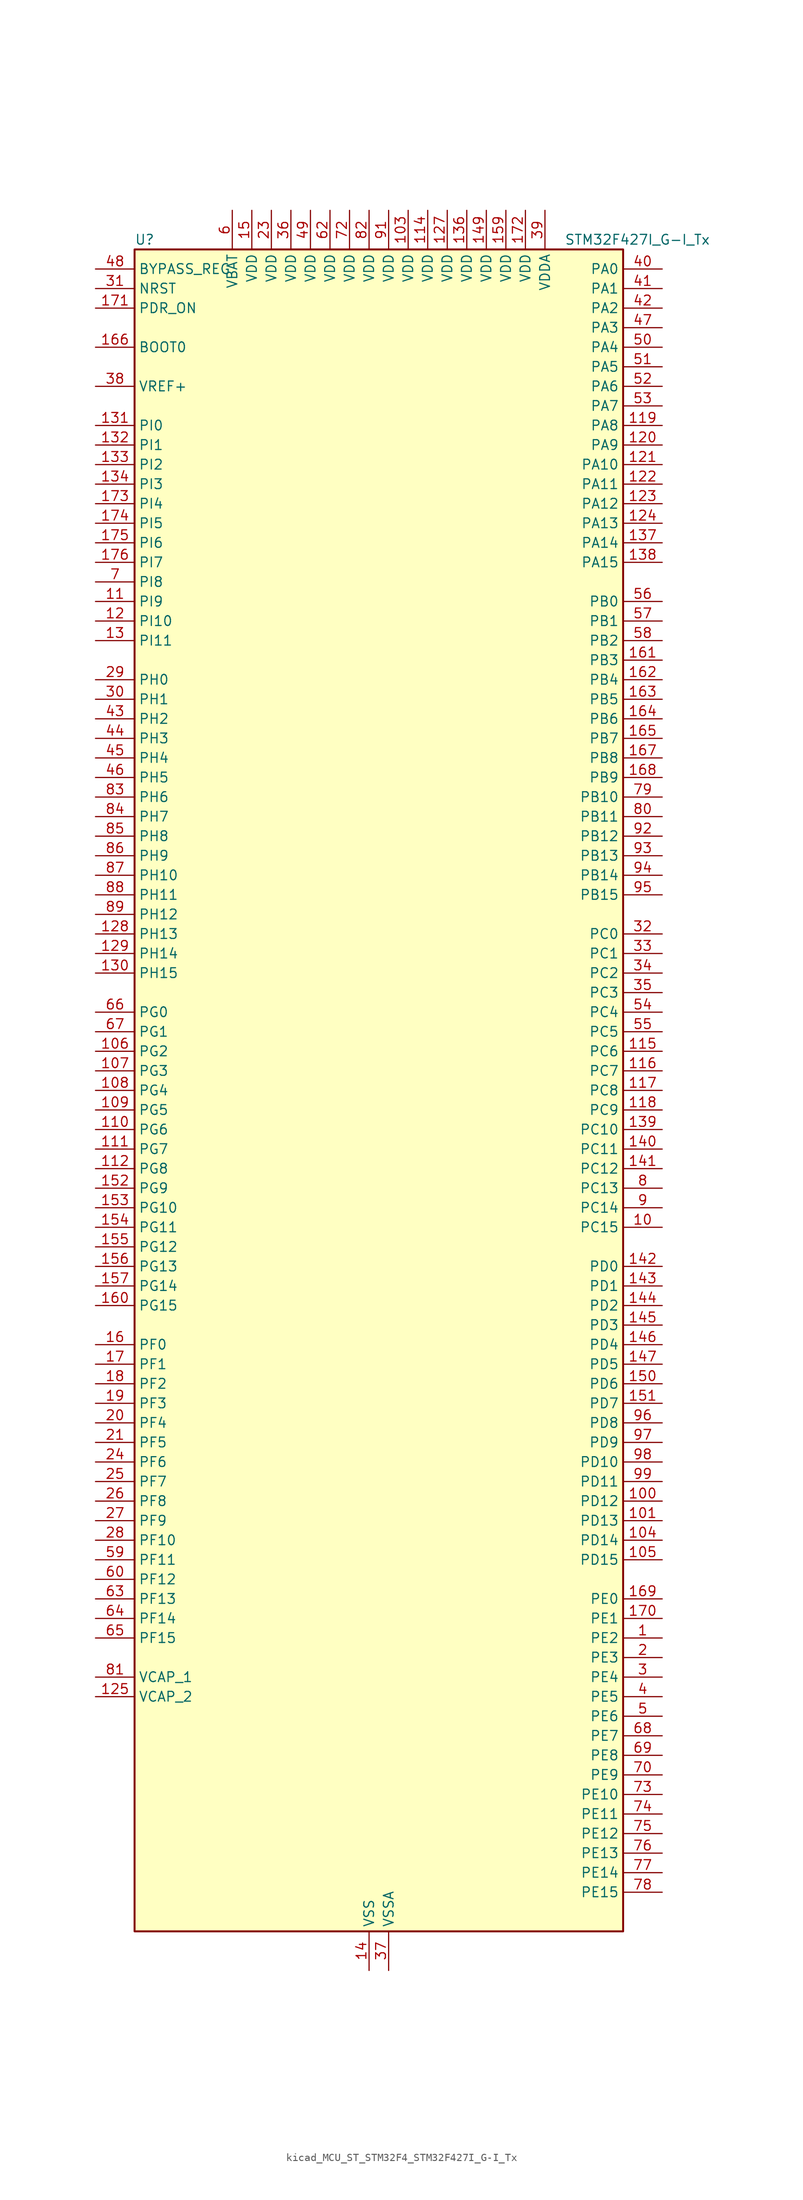
<source format=kicad_sym>
(kicad_symbol_lib
  (version 20220914)
  (generator kicad_symbol_editor)
  (symbol "kicad_MCU_ST_STM32F4_STM32F427I_G-I_Tx"
    (property "Reference" "U"
      (at -30.48 110.49 0)
      (effects (font (size 1.27 1.27)) (justify left)))
    (property "Value" "STM32F427I_G-I_Tx"
      (at 25.4 110.49 0)
      (effects (font (size 1.27 1.27)) (justify left)))
    (property "ki_locked" ""
      (at 0 0 0)
      (effects (font (size 1.27 1.27))))
    (symbol "kicad_MCU_ST_STM32F4_STM32F427I_G-I_Tx_0_1"
      (rectangle (start -30.48 -109.22) (end 33.02 109.22) (stroke (width 0.254) (type default)) (fill (type background))))
    (symbol "kicad_MCU_ST_STM32F4_STM32F427I_G-I_Tx_1_1"
      (pin bidirectional line (at 38.1 -71.12 180) (length 5.08) (name "PE2" (effects (font (size 1.27 1.27)))) (number "1" (effects (font (size 1.27 1.27)))) (alternate "ETH_TXD3" bidirectional line) (alternate "FMC_A23" bidirectional line) (alternate "SAI1_MCLK_A" bidirectional line) (alternate "SPI4_SCK" bidirectional line) (alternate "SYS_TRACECLK" bidirectional line))
      (pin bidirectional line (at 38.1 -17.78 180) (length 5.08) (name "PC15" (effects (font (size 1.27 1.27)))) (number "10" (effects (font (size 1.27 1.27)))) (alternate "ADC1_EXTI15" bidirectional line) (alternate "ADC2_EXTI15" bidirectional line) (alternate "ADC3_EXTI15" bidirectional line) (alternate "RCC_OSC32_OUT" bidirectional line))
      (pin bidirectional line (at 38.1 -53.34 180) (length 5.08) (name "PD12" (effects (font (size 1.27 1.27)))) (number "100" (effects (font (size 1.27 1.27)))) (alternate "FMC_A17" bidirectional line) (alternate "FMC_ALE" bidirectional line) (alternate "TIM4_CH1" bidirectional line) (alternate "USART3_RTS" bidirectional line))
      (pin bidirectional line (at 38.1 -55.88 180) (length 5.08) (name "PD13" (effects (font (size 1.27 1.27)))) (number "101" (effects (font (size 1.27 1.27)))) (alternate "FMC_A18" bidirectional line) (alternate "TIM4_CH2" bidirectional line))
      (pin passive line (at 0 -114.3 90) (length 5.08) hide (name "VSS" (effects (font (size 1.27 1.27)))) (number "102" (effects (font (size 1.27 1.27)))))
      (pin power_in line (at 5.08 114.3 270) (length 5.08) (name "VDD" (effects (font (size 1.27 1.27)))) (number "103" (effects (font (size 1.27 1.27)))))
      (pin bidirectional line (at 38.1 -58.42 180) (length 5.08) (name "PD14" (effects (font (size 1.27 1.27)))) (number "104" (effects (font (size 1.27 1.27)))) (alternate "FMC_D0" bidirectional line) (alternate "FMC_DA0" bidirectional line) (alternate "TIM4_CH3" bidirectional line))
      (pin bidirectional line (at 38.1 -60.96 180) (length 5.08) (name "PD15" (effects (font (size 1.27 1.27)))) (number "105" (effects (font (size 1.27 1.27)))) (alternate "ADC1_EXTI15" bidirectional line) (alternate "ADC2_EXTI15" bidirectional line) (alternate "ADC3_EXTI15" bidirectional line) (alternate "FMC_D1" bidirectional line) (alternate "FMC_DA1" bidirectional line) (alternate "TIM4_CH4" bidirectional line))
      (pin bidirectional line (at -35.56 5.08 0) (length 5.08) (name "PG2" (effects (font (size 1.27 1.27)))) (number "106" (effects (font (size 1.27 1.27)))) (alternate "FMC_A12" bidirectional line))
      (pin bidirectional line (at -35.56 2.54 0) (length 5.08) (name "PG3" (effects (font (size 1.27 1.27)))) (number "107" (effects (font (size 1.27 1.27)))) (alternate "FMC_A13" bidirectional line))
      (pin bidirectional line (at -35.56 0 0) (length 5.08) (name "PG4" (effects (font (size 1.27 1.27)))) (number "108" (effects (font (size 1.27 1.27)))) (alternate "FMC_A14" bidirectional line) (alternate "FMC_BA0" bidirectional line))
      (pin bidirectional line (at -35.56 -2.54 0) (length 5.08) (name "PG5" (effects (font (size 1.27 1.27)))) (number "109" (effects (font (size 1.27 1.27)))) (alternate "FMC_A15" bidirectional line) (alternate "FMC_BA1" bidirectional line))
      (pin bidirectional line (at -35.56 63.5 0) (length 5.08) (name "PI9" (effects (font (size 1.27 1.27)))) (number "11" (effects (font (size 1.27 1.27)))) (alternate "CAN1_RX" bidirectional line) (alternate "DAC_EXTI9" bidirectional line) (alternate "FMC_D30" bidirectional line))
      (pin bidirectional line (at -35.56 -5.08 0) (length 5.08) (name "PG6" (effects (font (size 1.27 1.27)))) (number "110" (effects (font (size 1.27 1.27)))) (alternate "DCMI_D12" bidirectional line) (alternate "FMC_INT2" bidirectional line))
      (pin bidirectional line (at -35.56 -7.62 0) (length 5.08) (name "PG7" (effects (font (size 1.27 1.27)))) (number "111" (effects (font (size 1.27 1.27)))) (alternate "DCMI_D13" bidirectional line) (alternate "FMC_INT3" bidirectional line) (alternate "USART6_CK" bidirectional line))
      (pin bidirectional line (at -35.56 -10.16 0) (length 5.08) (name "PG8" (effects (font (size 1.27 1.27)))) (number "112" (effects (font (size 1.27 1.27)))) (alternate "ETH_PPS_OUT" bidirectional line) (alternate "FMC_SDCLK" bidirectional line) (alternate "SPI6_NSS" bidirectional line) (alternate "USART6_RTS" bidirectional line))
      (pin passive line (at 0 -114.3 90) (length 5.08) hide (name "VSS" (effects (font (size 1.27 1.27)))) (number "113" (effects (font (size 1.27 1.27)))))
      (pin power_in line (at 7.62 114.3 270) (length 5.08) (name "VDD" (effects (font (size 1.27 1.27)))) (number "114" (effects (font (size 1.27 1.27)))))
      (pin bidirectional line (at 38.1 5.08 180) (length 5.08) (name "PC6" (effects (font (size 1.27 1.27)))) (number "115" (effects (font (size 1.27 1.27)))) (alternate "DCMI_D0" bidirectional line) (alternate "I2S2_MCK" bidirectional line) (alternate "SDIO_D6" bidirectional line) (alternate "TIM3_CH1" bidirectional line) (alternate "TIM8_CH1" bidirectional line) (alternate "USART6_TX" bidirectional line))
      (pin bidirectional line (at 38.1 2.54 180) (length 5.08) (name "PC7" (effects (font (size 1.27 1.27)))) (number "116" (effects (font (size 1.27 1.27)))) (alternate "DCMI_D1" bidirectional line) (alternate "I2S3_MCK" bidirectional line) (alternate "SDIO_D7" bidirectional line) (alternate "TIM3_CH2" bidirectional line) (alternate "TIM8_CH2" bidirectional line) (alternate "USART6_RX" bidirectional line))
      (pin bidirectional line (at 38.1 0 180) (length 5.08) (name "PC8" (effects (font (size 1.27 1.27)))) (number "117" (effects (font (size 1.27 1.27)))) (alternate "DCMI_D2" bidirectional line) (alternate "SDIO_D0" bidirectional line) (alternate "TIM3_CH3" bidirectional line) (alternate "TIM8_CH3" bidirectional line) (alternate "USART6_CK" bidirectional line))
      (pin bidirectional line (at 38.1 -2.54 180) (length 5.08) (name "PC9" (effects (font (size 1.27 1.27)))) (number "118" (effects (font (size 1.27 1.27)))) (alternate "DAC_EXTI9" bidirectional line) (alternate "DCMI_D3" bidirectional line) (alternate "I2C3_SDA" bidirectional line) (alternate "I2S_CKIN" bidirectional line) (alternate "RCC_MCO_2" bidirectional line) (alternate "SDIO_D1" bidirectional line) (alternate "TIM3_CH4" bidirectional line) (alternate "TIM8_CH4" bidirectional line))
      (pin bidirectional line (at 38.1 86.36 180) (length 5.08) (name "PA8" (effects (font (size 1.27 1.27)))) (number "119" (effects (font (size 1.27 1.27)))) (alternate "I2C3_SCL" bidirectional line) (alternate "RCC_MCO_1" bidirectional line) (alternate "TIM1_CH1" bidirectional line) (alternate "USART1_CK" bidirectional line) (alternate "USB_OTG_FS_SOF" bidirectional line))
      (pin bidirectional line (at -35.56 60.96 0) (length 5.08) (name "PI10" (effects (font (size 1.27 1.27)))) (number "12" (effects (font (size 1.27 1.27)))) (alternate "ETH_RX_ER" bidirectional line) (alternate "FMC_D31" bidirectional line))
      (pin bidirectional line (at 38.1 83.82 180) (length 5.08) (name "PA9" (effects (font (size 1.27 1.27)))) (number "120" (effects (font (size 1.27 1.27)))) (alternate "DAC_EXTI9" bidirectional line) (alternate "DCMI_D0" bidirectional line) (alternate "I2C3_SMBA" bidirectional line) (alternate "TIM1_CH2" bidirectional line) (alternate "USART1_TX" bidirectional line) (alternate "USB_OTG_FS_VBUS" bidirectional line))
      (pin bidirectional line (at 38.1 81.28 180) (length 5.08) (name "PA10" (effects (font (size 1.27 1.27)))) (number "121" (effects (font (size 1.27 1.27)))) (alternate "DCMI_D1" bidirectional line) (alternate "TIM1_CH3" bidirectional line) (alternate "USART1_RX" bidirectional line) (alternate "USB_OTG_FS_ID" bidirectional line))
      (pin bidirectional line (at 38.1 78.74 180) (length 5.08) (name "PA11" (effects (font (size 1.27 1.27)))) (number "122" (effects (font (size 1.27 1.27)))) (alternate "ADC1_EXTI11" bidirectional line) (alternate "ADC2_EXTI11" bidirectional line) (alternate "ADC3_EXTI11" bidirectional line) (alternate "CAN1_RX" bidirectional line) (alternate "TIM1_CH4" bidirectional line) (alternate "USART1_CTS" bidirectional line) (alternate "USB_OTG_FS_DM" bidirectional line))
      (pin bidirectional line (at 38.1 76.2 180) (length 5.08) (name "PA12" (effects (font (size 1.27 1.27)))) (number "123" (effects (font (size 1.27 1.27)))) (alternate "CAN1_TX" bidirectional line) (alternate "TIM1_ETR" bidirectional line) (alternate "USART1_RTS" bidirectional line) (alternate "USB_OTG_FS_DP" bidirectional line))
      (pin bidirectional line (at 38.1 73.66 180) (length 5.08) (name "PA13" (effects (font (size 1.27 1.27)))) (number "124" (effects (font (size 1.27 1.27)))) (alternate "SYS_JTMS-SWDIO" bidirectional line))
      (pin power_out line (at -35.56 -78.74 0) (length 5.08) (name "VCAP_2" (effects (font (size 1.27 1.27)))) (number "125" (effects (font (size 1.27 1.27)))))
      (pin passive line (at 0 -114.3 90) (length 5.08) hide (name "VSS" (effects (font (size 1.27 1.27)))) (number "126" (effects (font (size 1.27 1.27)))))
      (pin power_in line (at 10.16 114.3 270) (length 5.08) (name "VDD" (effects (font (size 1.27 1.27)))) (number "127" (effects (font (size 1.27 1.27)))))
      (pin bidirectional line (at -35.56 20.32 0) (length 5.08) (name "PH13" (effects (font (size 1.27 1.27)))) (number "128" (effects (font (size 1.27 1.27)))) (alternate "CAN1_TX" bidirectional line) (alternate "FMC_D21" bidirectional line) (alternate "TIM8_CH1N" bidirectional line))
      (pin bidirectional line (at -35.56 17.78 0) (length 5.08) (name "PH14" (effects (font (size 1.27 1.27)))) (number "129" (effects (font (size 1.27 1.27)))) (alternate "DCMI_D4" bidirectional line) (alternate "FMC_D22" bidirectional line) (alternate "TIM8_CH2N" bidirectional line))
      (pin bidirectional line (at -35.56 58.42 0) (length 5.08) (name "PI11" (effects (font (size 1.27 1.27)))) (number "13" (effects (font (size 1.27 1.27)))) (alternate "ADC1_EXTI11" bidirectional line) (alternate "ADC2_EXTI11" bidirectional line) (alternate "ADC3_EXTI11" bidirectional line) (alternate "USB_OTG_HS_ULPI_DIR" bidirectional line))
      (pin bidirectional line (at -35.56 15.24 0) (length 5.08) (name "PH15" (effects (font (size 1.27 1.27)))) (number "130" (effects (font (size 1.27 1.27)))) (alternate "ADC1_EXTI15" bidirectional line) (alternate "ADC2_EXTI15" bidirectional line) (alternate "ADC3_EXTI15" bidirectional line) (alternate "DCMI_D11" bidirectional line) (alternate "FMC_D23" bidirectional line) (alternate "TIM8_CH3N" bidirectional line))
      (pin bidirectional line (at -35.56 86.36 0) (length 5.08) (name "PI0" (effects (font (size 1.27 1.27)))) (number "131" (effects (font (size 1.27 1.27)))) (alternate "DCMI_D13" bidirectional line) (alternate "FMC_D24" bidirectional line) (alternate "I2S2_WS" bidirectional line) (alternate "SPI2_NSS" bidirectional line) (alternate "TIM5_CH4" bidirectional line))
      (pin bidirectional line (at -35.56 83.82 0) (length 5.08) (name "PI1" (effects (font (size 1.27 1.27)))) (number "132" (effects (font (size 1.27 1.27)))) (alternate "DCMI_D8" bidirectional line) (alternate "FMC_D25" bidirectional line) (alternate "I2S2_CK" bidirectional line) (alternate "SPI2_SCK" bidirectional line))
      (pin bidirectional line (at -35.56 81.28 0) (length 5.08) (name "PI2" (effects (font (size 1.27 1.27)))) (number "133" (effects (font (size 1.27 1.27)))) (alternate "DCMI_D9" bidirectional line) (alternate "FMC_D26" bidirectional line) (alternate "I2S2_ext_SD" bidirectional line) (alternate "SPI2_MISO" bidirectional line) (alternate "TIM8_CH4" bidirectional line))
      (pin bidirectional line (at -35.56 78.74 0) (length 5.08) (name "PI3" (effects (font (size 1.27 1.27)))) (number "134" (effects (font (size 1.27 1.27)))) (alternate "DCMI_D10" bidirectional line) (alternate "FMC_D27" bidirectional line) (alternate "I2S2_SD" bidirectional line) (alternate "SPI2_MOSI" bidirectional line) (alternate "TIM8_ETR" bidirectional line))
      (pin passive line (at 0 -114.3 90) (length 5.08) hide (name "VSS" (effects (font (size 1.27 1.27)))) (number "135" (effects (font (size 1.27 1.27)))))
      (pin power_in line (at 12.7 114.3 270) (length 5.08) (name "VDD" (effects (font (size 1.27 1.27)))) (number "136" (effects (font (size 1.27 1.27)))))
      (pin bidirectional line (at 38.1 71.12 180) (length 5.08) (name "PA14" (effects (font (size 1.27 1.27)))) (number "137" (effects (font (size 1.27 1.27)))) (alternate "SYS_JTCK-SWCLK" bidirectional line))
      (pin bidirectional line (at 38.1 68.58 180) (length 5.08) (name "PA15" (effects (font (size 1.27 1.27)))) (number "138" (effects (font (size 1.27 1.27)))) (alternate "ADC1_EXTI15" bidirectional line) (alternate "ADC2_EXTI15" bidirectional line) (alternate "ADC3_EXTI15" bidirectional line) (alternate "I2S3_WS" bidirectional line) (alternate "SPI1_NSS" bidirectional line) (alternate "SPI3_NSS" bidirectional line) (alternate "SYS_JTDI" bidirectional line) (alternate "TIM2_CH1" bidirectional line) (alternate "TIM2_ETR" bidirectional line))
      (pin bidirectional line (at 38.1 -5.08 180) (length 5.08) (name "PC10" (effects (font (size 1.27 1.27)))) (number "139" (effects (font (size 1.27 1.27)))) (alternate "DCMI_D8" bidirectional line) (alternate "I2S3_CK" bidirectional line) (alternate "SDIO_D2" bidirectional line) (alternate "SPI3_SCK" bidirectional line) (alternate "UART4_TX" bidirectional line) (alternate "USART3_TX" bidirectional line))
      (pin power_in line (at 0 -114.3 90) (length 5.08) (name "VSS" (effects (font (size 1.27 1.27)))) (number "14" (effects (font (size 1.27 1.27)))))
      (pin bidirectional line (at 38.1 -7.62 180) (length 5.08) (name "PC11" (effects (font (size 1.27 1.27)))) (number "140" (effects (font (size 1.27 1.27)))) (alternate "ADC1_EXTI11" bidirectional line) (alternate "ADC2_EXTI11" bidirectional line) (alternate "ADC3_EXTI11" bidirectional line) (alternate "DCMI_D4" bidirectional line) (alternate "I2S3_ext_SD" bidirectional line) (alternate "SDIO_D3" bidirectional line) (alternate "SPI3_MISO" bidirectional line) (alternate "UART4_RX" bidirectional line) (alternate "USART3_RX" bidirectional line))
      (pin bidirectional line (at 38.1 -10.16 180) (length 5.08) (name "PC12" (effects (font (size 1.27 1.27)))) (number "141" (effects (font (size 1.27 1.27)))) (alternate "DCMI_D9" bidirectional line) (alternate "I2S3_SD" bidirectional line) (alternate "SDIO_CK" bidirectional line) (alternate "SPI3_MOSI" bidirectional line) (alternate "UART5_TX" bidirectional line) (alternate "USART3_CK" bidirectional line))
      (pin bidirectional line (at 38.1 -22.86 180) (length 5.08) (name "PD0" (effects (font (size 1.27 1.27)))) (number "142" (effects (font (size 1.27 1.27)))) (alternate "CAN1_RX" bidirectional line) (alternate "FMC_D2" bidirectional line) (alternate "FMC_DA2" bidirectional line))
      (pin bidirectional line (at 38.1 -25.4 180) (length 5.08) (name "PD1" (effects (font (size 1.27 1.27)))) (number "143" (effects (font (size 1.27 1.27)))) (alternate "CAN1_TX" bidirectional line) (alternate "FMC_D3" bidirectional line) (alternate "FMC_DA3" bidirectional line))
      (pin bidirectional line (at 38.1 -27.94 180) (length 5.08) (name "PD2" (effects (font (size 1.27 1.27)))) (number "144" (effects (font (size 1.27 1.27)))) (alternate "DCMI_D11" bidirectional line) (alternate "SDIO_CMD" bidirectional line) (alternate "TIM3_ETR" bidirectional line) (alternate "UART5_RX" bidirectional line))
      (pin bidirectional line (at 38.1 -30.48 180) (length 5.08) (name "PD3" (effects (font (size 1.27 1.27)))) (number "145" (effects (font (size 1.27 1.27)))) (alternate "DCMI_D5" bidirectional line) (alternate "FMC_CLK" bidirectional line) (alternate "I2S2_CK" bidirectional line) (alternate "SPI2_SCK" bidirectional line) (alternate "USART2_CTS" bidirectional line))
      (pin bidirectional line (at 38.1 -33.02 180) (length 5.08) (name "PD4" (effects (font (size 1.27 1.27)))) (number "146" (effects (font (size 1.27 1.27)))) (alternate "FMC_NOE" bidirectional line) (alternate "USART2_RTS" bidirectional line))
      (pin bidirectional line (at 38.1 -35.56 180) (length 5.08) (name "PD5" (effects (font (size 1.27 1.27)))) (number "147" (effects (font (size 1.27 1.27)))) (alternate "FMC_NWE" bidirectional line) (alternate "USART2_TX" bidirectional line))
      (pin passive line (at 0 -114.3 90) (length 5.08) hide (name "VSS" (effects (font (size 1.27 1.27)))) (number "148" (effects (font (size 1.27 1.27)))))
      (pin power_in line (at 15.24 114.3 270) (length 5.08) (name "VDD" (effects (font (size 1.27 1.27)))) (number "149" (effects (font (size 1.27 1.27)))))
      (pin power_in line (at -15.24 114.3 270) (length 5.08) (name "VDD" (effects (font (size 1.27 1.27)))) (number "15" (effects (font (size 1.27 1.27)))))
      (pin bidirectional line (at 38.1 -38.1 180) (length 5.08) (name "PD6" (effects (font (size 1.27 1.27)))) (number "150" (effects (font (size 1.27 1.27)))) (alternate "DCMI_D10" bidirectional line) (alternate "FMC_NWAIT" bidirectional line) (alternate "I2S3_SD" bidirectional line) (alternate "SAI1_SD_A" bidirectional line) (alternate "SPI3_MOSI" bidirectional line) (alternate "USART2_RX" bidirectional line))
      (pin bidirectional line (at 38.1 -40.64 180) (length 5.08) (name "PD7" (effects (font (size 1.27 1.27)))) (number "151" (effects (font (size 1.27 1.27)))) (alternate "FMC_NCE2" bidirectional line) (alternate "FMC_NE1" bidirectional line) (alternate "USART2_CK" bidirectional line))
      (pin bidirectional line (at -35.56 -12.7 0) (length 5.08) (name "PG9" (effects (font (size 1.27 1.27)))) (number "152" (effects (font (size 1.27 1.27)))) (alternate "DAC_EXTI9" bidirectional line) (alternate "DCMI_VSYNC" bidirectional line) (alternate "FMC_NCE3" bidirectional line) (alternate "FMC_NE2" bidirectional line) (alternate "USART6_RX" bidirectional line))
      (pin bidirectional line (at -35.56 -15.24 0) (length 5.08) (name "PG10" (effects (font (size 1.27 1.27)))) (number "153" (effects (font (size 1.27 1.27)))) (alternate "DCMI_D2" bidirectional line) (alternate "FMC_NCE4_1" bidirectional line) (alternate "FMC_NE3" bidirectional line))
      (pin bidirectional line (at -35.56 -17.78 0) (length 5.08) (name "PG11" (effects (font (size 1.27 1.27)))) (number "154" (effects (font (size 1.27 1.27)))) (alternate "ADC1_EXTI11" bidirectional line) (alternate "ADC2_EXTI11" bidirectional line) (alternate "ADC3_EXTI11" bidirectional line) (alternate "DCMI_D3" bidirectional line) (alternate "ETH_TX_EN" bidirectional line) (alternate "FMC_NCE4_2" bidirectional line))
      (pin bidirectional line (at -35.56 -20.32 0) (length 5.08) (name "PG12" (effects (font (size 1.27 1.27)))) (number "155" (effects (font (size 1.27 1.27)))) (alternate "FMC_NE4" bidirectional line) (alternate "SPI6_MISO" bidirectional line) (alternate "USART6_RTS" bidirectional line))
      (pin bidirectional line (at -35.56 -22.86 0) (length 5.08) (name "PG13" (effects (font (size 1.27 1.27)))) (number "156" (effects (font (size 1.27 1.27)))) (alternate "ETH_TXD0" bidirectional line) (alternate "FMC_A24" bidirectional line) (alternate "SPI6_SCK" bidirectional line) (alternate "USART6_CTS" bidirectional line))
      (pin bidirectional line (at -35.56 -25.4 0) (length 5.08) (name "PG14" (effects (font (size 1.27 1.27)))) (number "157" (effects (font (size 1.27 1.27)))) (alternate "ETH_TXD1" bidirectional line) (alternate "FMC_A25" bidirectional line) (alternate "SPI6_MOSI" bidirectional line) (alternate "USART6_TX" bidirectional line))
      (pin passive line (at 0 -114.3 90) (length 5.08) hide (name "VSS" (effects (font (size 1.27 1.27)))) (number "158" (effects (font (size 1.27 1.27)))))
      (pin power_in line (at 17.78 114.3 270) (length 5.08) (name "VDD" (effects (font (size 1.27 1.27)))) (number "159" (effects (font (size 1.27 1.27)))))
      (pin bidirectional line (at -35.56 -33.02 0) (length 5.08) (name "PF0" (effects (font (size 1.27 1.27)))) (number "16" (effects (font (size 1.27 1.27)))) (alternate "FMC_A0" bidirectional line) (alternate "I2C2_SDA" bidirectional line))
      (pin bidirectional line (at -35.56 -27.94 0) (length 5.08) (name "PG15" (effects (font (size 1.27 1.27)))) (number "160" (effects (font (size 1.27 1.27)))) (alternate "ADC1_EXTI15" bidirectional line) (alternate "ADC2_EXTI15" bidirectional line) (alternate "ADC3_EXTI15" bidirectional line) (alternate "DCMI_D13" bidirectional line) (alternate "FMC_SDNCAS" bidirectional line) (alternate "USART6_CTS" bidirectional line))
      (pin bidirectional line (at 38.1 55.88 180) (length 5.08) (name "PB3" (effects (font (size 1.27 1.27)))) (number "161" (effects (font (size 1.27 1.27)))) (alternate "I2S3_CK" bidirectional line) (alternate "SPI1_SCK" bidirectional line) (alternate "SPI3_SCK" bidirectional line) (alternate "SYS_JTDO-SWO" bidirectional line) (alternate "TIM2_CH2" bidirectional line))
      (pin bidirectional line (at 38.1 53.34 180) (length 5.08) (name "PB4" (effects (font (size 1.27 1.27)))) (number "162" (effects (font (size 1.27 1.27)))) (alternate "I2S3_ext_SD" bidirectional line) (alternate "SPI1_MISO" bidirectional line) (alternate "SPI3_MISO" bidirectional line) (alternate "SYS_JTRST" bidirectional line) (alternate "TIM3_CH1" bidirectional line))
      (pin bidirectional line (at 38.1 50.8 180) (length 5.08) (name "PB5" (effects (font (size 1.27 1.27)))) (number "163" (effects (font (size 1.27 1.27)))) (alternate "CAN2_RX" bidirectional line) (alternate "DCMI_D10" bidirectional line) (alternate "ETH_PPS_OUT" bidirectional line) (alternate "FMC_SDCKE1" bidirectional line) (alternate "I2C1_SMBA" bidirectional line) (alternate "I2S3_SD" bidirectional line) (alternate "SPI1_MOSI" bidirectional line) (alternate "SPI3_MOSI" bidirectional line) (alternate "TIM3_CH2" bidirectional line) (alternate "USB_OTG_HS_ULPI_D7" bidirectional line))
      (pin bidirectional line (at 38.1 48.26 180) (length 5.08) (name "PB6" (effects (font (size 1.27 1.27)))) (number "164" (effects (font (size 1.27 1.27)))) (alternate "CAN2_TX" bidirectional line) (alternate "DCMI_D5" bidirectional line) (alternate "FMC_SDNE1" bidirectional line) (alternate "I2C1_SCL" bidirectional line) (alternate "TIM4_CH1" bidirectional line) (alternate "USART1_TX" bidirectional line))
      (pin bidirectional line (at 38.1 45.72 180) (length 5.08) (name "PB7" (effects (font (size 1.27 1.27)))) (number "165" (effects (font (size 1.27 1.27)))) (alternate "DCMI_VSYNC" bidirectional line) (alternate "FMC_NL" bidirectional line) (alternate "I2C1_SDA" bidirectional line) (alternate "TIM4_CH2" bidirectional line) (alternate "USART1_RX" bidirectional line))
      (pin input line (at -35.56 96.52 0) (length 5.08) (name "BOOT0" (effects (font (size 1.27 1.27)))) (number "166" (effects (font (size 1.27 1.27)))))
      (pin bidirectional line (at 38.1 43.18 180) (length 5.08) (name "PB8" (effects (font (size 1.27 1.27)))) (number "167" (effects (font (size 1.27 1.27)))) (alternate "CAN1_RX" bidirectional line) (alternate "DCMI_D6" bidirectional line) (alternate "ETH_TXD3" bidirectional line) (alternate "I2C1_SCL" bidirectional line) (alternate "SDIO_D4" bidirectional line) (alternate "TIM10_CH1" bidirectional line) (alternate "TIM4_CH3" bidirectional line))
      (pin bidirectional line (at 38.1 40.64 180) (length 5.08) (name "PB9" (effects (font (size 1.27 1.27)))) (number "168" (effects (font (size 1.27 1.27)))) (alternate "CAN1_TX" bidirectional line) (alternate "DAC_EXTI9" bidirectional line) (alternate "DCMI_D7" bidirectional line) (alternate "I2C1_SDA" bidirectional line) (alternate "I2S2_WS" bidirectional line) (alternate "SDIO_D5" bidirectional line) (alternate "SPI2_NSS" bidirectional line) (alternate "TIM11_CH1" bidirectional line) (alternate "TIM4_CH4" bidirectional line))
      (pin bidirectional line (at 38.1 -66.04 180) (length 5.08) (name "PE0" (effects (font (size 1.27 1.27)))) (number "169" (effects (font (size 1.27 1.27)))) (alternate "DCMI_D2" bidirectional line) (alternate "FMC_NBL0" bidirectional line) (alternate "TIM4_ETR" bidirectional line) (alternate "UART8_RX" bidirectional line))
      (pin bidirectional line (at -35.56 -35.56 0) (length 5.08) (name "PF1" (effects (font (size 1.27 1.27)))) (number "17" (effects (font (size 1.27 1.27)))) (alternate "FMC_A1" bidirectional line) (alternate "I2C2_SCL" bidirectional line))
      (pin bidirectional line (at 38.1 -68.58 180) (length 5.08) (name "PE1" (effects (font (size 1.27 1.27)))) (number "170" (effects (font (size 1.27 1.27)))) (alternate "DCMI_D3" bidirectional line) (alternate "FMC_NBL1" bidirectional line) (alternate "UART8_TX" bidirectional line))
      (pin input line (at -35.56 101.6 0) (length 5.08) (name "PDR_ON" (effects (font (size 1.27 1.27)))) (number "171" (effects (font (size 1.27 1.27)))))
      (pin power_in line (at 20.32 114.3 270) (length 5.08) (name "VDD" (effects (font (size 1.27 1.27)))) (number "172" (effects (font (size 1.27 1.27)))))
      (pin bidirectional line (at -35.56 76.2 0) (length 5.08) (name "PI4" (effects (font (size 1.27 1.27)))) (number "173" (effects (font (size 1.27 1.27)))) (alternate "DCMI_D5" bidirectional line) (alternate "FMC_NBL2" bidirectional line) (alternate "TIM8_BKIN" bidirectional line))
      (pin bidirectional line (at -35.56 73.66 0) (length 5.08) (name "PI5" (effects (font (size 1.27 1.27)))) (number "174" (effects (font (size 1.27 1.27)))) (alternate "DCMI_VSYNC" bidirectional line) (alternate "FMC_NBL3" bidirectional line) (alternate "TIM8_CH1" bidirectional line))
      (pin bidirectional line (at -35.56 71.12 0) (length 5.08) (name "PI6" (effects (font (size 1.27 1.27)))) (number "175" (effects (font (size 1.27 1.27)))) (alternate "DCMI_D6" bidirectional line) (alternate "FMC_D28" bidirectional line) (alternate "TIM8_CH2" bidirectional line))
      (pin bidirectional line (at -35.56 68.58 0) (length 5.08) (name "PI7" (effects (font (size 1.27 1.27)))) (number "176" (effects (font (size 1.27 1.27)))) (alternate "DCMI_D7" bidirectional line) (alternate "FMC_D29" bidirectional line) (alternate "TIM8_CH3" bidirectional line))
      (pin bidirectional line (at -35.56 -38.1 0) (length 5.08) (name "PF2" (effects (font (size 1.27 1.27)))) (number "18" (effects (font (size 1.27 1.27)))) (alternate "FMC_A2" bidirectional line) (alternate "I2C2_SMBA" bidirectional line))
      (pin bidirectional line (at -35.56 -40.64 0) (length 5.08) (name "PF3" (effects (font (size 1.27 1.27)))) (number "19" (effects (font (size 1.27 1.27)))) (alternate "ADC3_IN9" bidirectional line) (alternate "FMC_A3" bidirectional line))
      (pin bidirectional line (at 38.1 -73.66 180) (length 5.08) (name "PE3" (effects (font (size 1.27 1.27)))) (number "2" (effects (font (size 1.27 1.27)))) (alternate "FMC_A19" bidirectional line) (alternate "SAI1_SD_B" bidirectional line) (alternate "SYS_TRACED0" bidirectional line))
      (pin bidirectional line (at -35.56 -43.18 0) (length 5.08) (name "PF4" (effects (font (size 1.27 1.27)))) (number "20" (effects (font (size 1.27 1.27)))) (alternate "ADC3_IN14" bidirectional line) (alternate "FMC_A4" bidirectional line))
      (pin bidirectional line (at -35.56 -45.72 0) (length 5.08) (name "PF5" (effects (font (size 1.27 1.27)))) (number "21" (effects (font (size 1.27 1.27)))) (alternate "ADC3_IN15" bidirectional line) (alternate "FMC_A5" bidirectional line))
      (pin passive line (at 0 -114.3 90) (length 5.08) hide (name "VSS" (effects (font (size 1.27 1.27)))) (number "22" (effects (font (size 1.27 1.27)))))
      (pin power_in line (at -12.7 114.3 270) (length 5.08) (name "VDD" (effects (font (size 1.27 1.27)))) (number "23" (effects (font (size 1.27 1.27)))))
      (pin bidirectional line (at -35.56 -48.26 0) (length 5.08) (name "PF6" (effects (font (size 1.27 1.27)))) (number "24" (effects (font (size 1.27 1.27)))) (alternate "ADC3_IN4" bidirectional line) (alternate "FMC_NIORD" bidirectional line) (alternate "SAI1_SD_B" bidirectional line) (alternate "SPI5_NSS" bidirectional line) (alternate "TIM10_CH1" bidirectional line) (alternate "UART7_RX" bidirectional line))
      (pin bidirectional line (at -35.56 -50.8 0) (length 5.08) (name "PF7" (effects (font (size 1.27 1.27)))) (number "25" (effects (font (size 1.27 1.27)))) (alternate "ADC3_IN5" bidirectional line) (alternate "FMC_NREG" bidirectional line) (alternate "SAI1_MCLK_B" bidirectional line) (alternate "SPI5_SCK" bidirectional line) (alternate "TIM11_CH1" bidirectional line) (alternate "UART7_TX" bidirectional line))
      (pin bidirectional line (at -35.56 -53.34 0) (length 5.08) (name "PF8" (effects (font (size 1.27 1.27)))) (number "26" (effects (font (size 1.27 1.27)))) (alternate "ADC3_IN6" bidirectional line) (alternate "FMC_NIOWR" bidirectional line) (alternate "SAI1_SCK_B" bidirectional line) (alternate "SPI5_MISO" bidirectional line) (alternate "TIM13_CH1" bidirectional line))
      (pin bidirectional line (at -35.56 -55.88 0) (length 5.08) (name "PF9" (effects (font (size 1.27 1.27)))) (number "27" (effects (font (size 1.27 1.27)))) (alternate "ADC3_IN7" bidirectional line) (alternate "DAC_EXTI9" bidirectional line) (alternate "FMC_CD" bidirectional line) (alternate "SAI1_FS_B" bidirectional line) (alternate "SPI5_MOSI" bidirectional line) (alternate "TIM14_CH1" bidirectional line))
      (pin bidirectional line (at -35.56 -58.42 0) (length 5.08) (name "PF10" (effects (font (size 1.27 1.27)))) (number "28" (effects (font (size 1.27 1.27)))) (alternate "ADC3_IN8" bidirectional line) (alternate "DCMI_D11" bidirectional line) (alternate "FMC_INTR" bidirectional line))
      (pin bidirectional line (at -35.56 53.34 0) (length 5.08) (name "PH0" (effects (font (size 1.27 1.27)))) (number "29" (effects (font (size 1.27 1.27)))) (alternate "RCC_OSC_IN" bidirectional line))
      (pin bidirectional line (at 38.1 -76.2 180) (length 5.08) (name "PE4" (effects (font (size 1.27 1.27)))) (number "3" (effects (font (size 1.27 1.27)))) (alternate "DCMI_D4" bidirectional line) (alternate "FMC_A20" bidirectional line) (alternate "SAI1_FS_A" bidirectional line) (alternate "SPI4_NSS" bidirectional line) (alternate "SYS_TRACED1" bidirectional line))
      (pin bidirectional line (at -35.56 50.8 0) (length 5.08) (name "PH1" (effects (font (size 1.27 1.27)))) (number "30" (effects (font (size 1.27 1.27)))) (alternate "RCC_OSC_OUT" bidirectional line))
      (pin input line (at -35.56 104.14 0) (length 5.08) (name "NRST" (effects (font (size 1.27 1.27)))) (number "31" (effects (font (size 1.27 1.27)))))
      (pin bidirectional line (at 38.1 20.32 180) (length 5.08) (name "PC0" (effects (font (size 1.27 1.27)))) (number "32" (effects (font (size 1.27 1.27)))) (alternate "ADC1_IN10" bidirectional line) (alternate "ADC2_IN10" bidirectional line) (alternate "ADC3_IN10" bidirectional line) (alternate "FMC_SDNWE" bidirectional line) (alternate "USB_OTG_HS_ULPI_STP" bidirectional line))
      (pin bidirectional line (at 38.1 17.78 180) (length 5.08) (name "PC1" (effects (font (size 1.27 1.27)))) (number "33" (effects (font (size 1.27 1.27)))) (alternate "ADC1_IN11" bidirectional line) (alternate "ADC2_IN11" bidirectional line) (alternate "ADC3_IN11" bidirectional line) (alternate "ETH_MDC" bidirectional line))
      (pin bidirectional line (at 38.1 15.24 180) (length 5.08) (name "PC2" (effects (font (size 1.27 1.27)))) (number "34" (effects (font (size 1.27 1.27)))) (alternate "ADC1_IN12" bidirectional line) (alternate "ADC2_IN12" bidirectional line) (alternate "ADC3_IN12" bidirectional line) (alternate "ETH_TXD2" bidirectional line) (alternate "FMC_SDNE0" bidirectional line) (alternate "I2S2_ext_SD" bidirectional line) (alternate "SPI2_MISO" bidirectional line) (alternate "USB_OTG_HS_ULPI_DIR" bidirectional line))
      (pin bidirectional line (at 38.1 12.7 180) (length 5.08) (name "PC3" (effects (font (size 1.27 1.27)))) (number "35" (effects (font (size 1.27 1.27)))) (alternate "ADC1_IN13" bidirectional line) (alternate "ADC2_IN13" bidirectional line) (alternate "ADC3_IN13" bidirectional line) (alternate "ETH_TX_CLK" bidirectional line) (alternate "FMC_SDCKE0" bidirectional line) (alternate "I2S2_SD" bidirectional line) (alternate "SPI2_MOSI" bidirectional line) (alternate "USB_OTG_HS_ULPI_NXT" bidirectional line))
      (pin power_in line (at -10.16 114.3 270) (length 5.08) (name "VDD" (effects (font (size 1.27 1.27)))) (number "36" (effects (font (size 1.27 1.27)))))
      (pin power_in line (at 2.54 -114.3 90) (length 5.08) (name "VSSA" (effects (font (size 1.27 1.27)))) (number "37" (effects (font (size 1.27 1.27)))))
      (pin input line (at -35.56 91.44 0) (length 5.08) (name "VREF+" (effects (font (size 1.27 1.27)))) (number "38" (effects (font (size 1.27 1.27)))))
      (pin power_in line (at 22.86 114.3 270) (length 5.08) (name "VDDA" (effects (font (size 1.27 1.27)))) (number "39" (effects (font (size 1.27 1.27)))))
      (pin bidirectional line (at 38.1 -78.74 180) (length 5.08) (name "PE5" (effects (font (size 1.27 1.27)))) (number "4" (effects (font (size 1.27 1.27)))) (alternate "DCMI_D6" bidirectional line) (alternate "FMC_A21" bidirectional line) (alternate "SAI1_SCK_A" bidirectional line) (alternate "SPI4_MISO" bidirectional line) (alternate "SYS_TRACED2" bidirectional line) (alternate "TIM9_CH1" bidirectional line))
      (pin bidirectional line (at 38.1 106.68 180) (length 5.08) (name "PA0" (effects (font (size 1.27 1.27)))) (number "40" (effects (font (size 1.27 1.27)))) (alternate "ADC1_IN0" bidirectional line) (alternate "ADC2_IN0" bidirectional line) (alternate "ADC3_IN0" bidirectional line) (alternate "ETH_CRS" bidirectional line) (alternate "SYS_WKUP" bidirectional line) (alternate "TIM2_CH1" bidirectional line) (alternate "TIM2_ETR" bidirectional line) (alternate "TIM5_CH1" bidirectional line) (alternate "TIM8_ETR" bidirectional line) (alternate "UART4_TX" bidirectional line) (alternate "USART2_CTS" bidirectional line))
      (pin bidirectional line (at 38.1 104.14 180) (length 5.08) (name "PA1" (effects (font (size 1.27 1.27)))) (number "41" (effects (font (size 1.27 1.27)))) (alternate "ADC1_IN1" bidirectional line) (alternate "ADC2_IN1" bidirectional line) (alternate "ADC3_IN1" bidirectional line) (alternate "ETH_REF_CLK" bidirectional line) (alternate "ETH_RX_CLK" bidirectional line) (alternate "TIM2_CH2" bidirectional line) (alternate "TIM5_CH2" bidirectional line) (alternate "UART4_RX" bidirectional line) (alternate "USART2_RTS" bidirectional line))
      (pin bidirectional line (at 38.1 101.6 180) (length 5.08) (name "PA2" (effects (font (size 1.27 1.27)))) (number "42" (effects (font (size 1.27 1.27)))) (alternate "ADC1_IN2" bidirectional line) (alternate "ADC2_IN2" bidirectional line) (alternate "ADC3_IN2" bidirectional line) (alternate "ETH_MDIO" bidirectional line) (alternate "TIM2_CH3" bidirectional line) (alternate "TIM5_CH3" bidirectional line) (alternate "TIM9_CH1" bidirectional line) (alternate "USART2_TX" bidirectional line))
      (pin bidirectional line (at -35.56 48.26 0) (length 5.08) (name "PH2" (effects (font (size 1.27 1.27)))) (number "43" (effects (font (size 1.27 1.27)))) (alternate "ETH_CRS" bidirectional line) (alternate "FMC_SDCKE0" bidirectional line))
      (pin bidirectional line (at -35.56 45.72 0) (length 5.08) (name "PH3" (effects (font (size 1.27 1.27)))) (number "44" (effects (font (size 1.27 1.27)))) (alternate "ETH_COL" bidirectional line) (alternate "FMC_SDNE0" bidirectional line))
      (pin bidirectional line (at -35.56 43.18 0) (length 5.08) (name "PH4" (effects (font (size 1.27 1.27)))) (number "45" (effects (font (size 1.27 1.27)))) (alternate "I2C2_SCL" bidirectional line) (alternate "USB_OTG_HS_ULPI_NXT" bidirectional line))
      (pin bidirectional line (at -35.56 40.64 0) (length 5.08) (name "PH5" (effects (font (size 1.27 1.27)))) (number "46" (effects (font (size 1.27 1.27)))) (alternate "FMC_SDNWE" bidirectional line) (alternate "I2C2_SDA" bidirectional line) (alternate "SPI5_NSS" bidirectional line))
      (pin bidirectional line (at 38.1 99.06 180) (length 5.08) (name "PA3" (effects (font (size 1.27 1.27)))) (number "47" (effects (font (size 1.27 1.27)))) (alternate "ADC1_IN3" bidirectional line) (alternate "ADC2_IN3" bidirectional line) (alternate "ADC3_IN3" bidirectional line) (alternate "ETH_COL" bidirectional line) (alternate "TIM2_CH4" bidirectional line) (alternate "TIM5_CH4" bidirectional line) (alternate "TIM9_CH2" bidirectional line) (alternate "USART2_RX" bidirectional line) (alternate "USB_OTG_HS_ULPI_D0" bidirectional line))
      (pin input line (at -35.56 106.68 0) (length 5.08) (name "BYPASS_REG" (effects (font (size 1.27 1.27)))) (number "48" (effects (font (size 1.27 1.27)))))
      (pin power_in line (at -7.62 114.3 270) (length 5.08) (name "VDD" (effects (font (size 1.27 1.27)))) (number "49" (effects (font (size 1.27 1.27)))))
      (pin bidirectional line (at 38.1 -81.28 180) (length 5.08) (name "PE6" (effects (font (size 1.27 1.27)))) (number "5" (effects (font (size 1.27 1.27)))) (alternate "DCMI_D7" bidirectional line) (alternate "FMC_A22" bidirectional line) (alternate "SAI1_SD_A" bidirectional line) (alternate "SPI4_MOSI" bidirectional line) (alternate "SYS_TRACED3" bidirectional line) (alternate "TIM9_CH2" bidirectional line))
      (pin bidirectional line (at 38.1 96.52 180) (length 5.08) (name "PA4" (effects (font (size 1.27 1.27)))) (number "50" (effects (font (size 1.27 1.27)))) (alternate "ADC1_IN4" bidirectional line) (alternate "ADC2_IN4" bidirectional line) (alternate "DAC_OUT1" bidirectional line) (alternate "DCMI_HSYNC" bidirectional line) (alternate "I2S3_WS" bidirectional line) (alternate "SPI1_NSS" bidirectional line) (alternate "SPI3_NSS" bidirectional line) (alternate "USART2_CK" bidirectional line) (alternate "USB_OTG_HS_SOF" bidirectional line))
      (pin bidirectional line (at 38.1 93.98 180) (length 5.08) (name "PA5" (effects (font (size 1.27 1.27)))) (number "51" (effects (font (size 1.27 1.27)))) (alternate "ADC1_IN5" bidirectional line) (alternate "ADC2_IN5" bidirectional line) (alternate "DAC_OUT2" bidirectional line) (alternate "SPI1_SCK" bidirectional line) (alternate "TIM2_CH1" bidirectional line) (alternate "TIM2_ETR" bidirectional line) (alternate "TIM8_CH1N" bidirectional line) (alternate "USB_OTG_HS_ULPI_CK" bidirectional line))
      (pin bidirectional line (at 38.1 91.44 180) (length 5.08) (name "PA6" (effects (font (size 1.27 1.27)))) (number "52" (effects (font (size 1.27 1.27)))) (alternate "ADC1_IN6" bidirectional line) (alternate "ADC2_IN6" bidirectional line) (alternate "DCMI_PIXCLK" bidirectional line) (alternate "SPI1_MISO" bidirectional line) (alternate "TIM13_CH1" bidirectional line) (alternate "TIM1_BKIN" bidirectional line) (alternate "TIM3_CH1" bidirectional line) (alternate "TIM8_BKIN" bidirectional line))
      (pin bidirectional line (at 38.1 88.9 180) (length 5.08) (name "PA7" (effects (font (size 1.27 1.27)))) (number "53" (effects (font (size 1.27 1.27)))) (alternate "ADC1_IN7" bidirectional line) (alternate "ADC2_IN7" bidirectional line) (alternate "ETH_CRS_DV" bidirectional line) (alternate "ETH_RX_DV" bidirectional line) (alternate "SPI1_MOSI" bidirectional line) (alternate "TIM14_CH1" bidirectional line) (alternate "TIM1_CH1N" bidirectional line) (alternate "TIM3_CH2" bidirectional line) (alternate "TIM8_CH1N" bidirectional line))
      (pin bidirectional line (at 38.1 10.16 180) (length 5.08) (name "PC4" (effects (font (size 1.27 1.27)))) (number "54" (effects (font (size 1.27 1.27)))) (alternate "ADC1_IN14" bidirectional line) (alternate "ADC2_IN14" bidirectional line) (alternate "ETH_RXD0" bidirectional line))
      (pin bidirectional line (at 38.1 7.62 180) (length 5.08) (name "PC5" (effects (font (size 1.27 1.27)))) (number "55" (effects (font (size 1.27 1.27)))) (alternate "ADC1_IN15" bidirectional line) (alternate "ADC2_IN15" bidirectional line) (alternate "ETH_RXD1" bidirectional line))
      (pin bidirectional line (at 38.1 63.5 180) (length 5.08) (name "PB0" (effects (font (size 1.27 1.27)))) (number "56" (effects (font (size 1.27 1.27)))) (alternate "ADC1_IN8" bidirectional line) (alternate "ADC2_IN8" bidirectional line) (alternate "ETH_RXD2" bidirectional line) (alternate "TIM1_CH2N" bidirectional line) (alternate "TIM3_CH3" bidirectional line) (alternate "TIM8_CH2N" bidirectional line) (alternate "USB_OTG_HS_ULPI_D1" bidirectional line))
      (pin bidirectional line (at 38.1 60.96 180) (length 5.08) (name "PB1" (effects (font (size 1.27 1.27)))) (number "57" (effects (font (size 1.27 1.27)))) (alternate "ADC1_IN9" bidirectional line) (alternate "ADC2_IN9" bidirectional line) (alternate "ETH_RXD3" bidirectional line) (alternate "TIM1_CH3N" bidirectional line) (alternate "TIM3_CH4" bidirectional line) (alternate "TIM8_CH3N" bidirectional line) (alternate "USB_OTG_HS_ULPI_D2" bidirectional line))
      (pin bidirectional line (at 38.1 58.42 180) (length 5.08) (name "PB2" (effects (font (size 1.27 1.27)))) (number "58" (effects (font (size 1.27 1.27)))))
      (pin bidirectional line (at -35.56 -60.96 0) (length 5.08) (name "PF11" (effects (font (size 1.27 1.27)))) (number "59" (effects (font (size 1.27 1.27)))) (alternate "ADC1_EXTI11" bidirectional line) (alternate "ADC2_EXTI11" bidirectional line) (alternate "ADC3_EXTI11" bidirectional line) (alternate "DCMI_D12" bidirectional line) (alternate "FMC_SDNRAS" bidirectional line) (alternate "SPI5_MOSI" bidirectional line))
      (pin power_in line (at -17.78 114.3 270) (length 5.08) (name "VBAT" (effects (font (size 1.27 1.27)))) (number "6" (effects (font (size 1.27 1.27)))))
      (pin bidirectional line (at -35.56 -63.5 0) (length 5.08) (name "PF12" (effects (font (size 1.27 1.27)))) (number "60" (effects (font (size 1.27 1.27)))) (alternate "FMC_A6" bidirectional line))
      (pin passive line (at 0 -114.3 90) (length 5.08) hide (name "VSS" (effects (font (size 1.27 1.27)))) (number "61" (effects (font (size 1.27 1.27)))))
      (pin power_in line (at -5.08 114.3 270) (length 5.08) (name "VDD" (effects (font (size 1.27 1.27)))) (number "62" (effects (font (size 1.27 1.27)))))
      (pin bidirectional line (at -35.56 -66.04 0) (length 5.08) (name "PF13" (effects (font (size 1.27 1.27)))) (number "63" (effects (font (size 1.27 1.27)))) (alternate "FMC_A7" bidirectional line))
      (pin bidirectional line (at -35.56 -68.58 0) (length 5.08) (name "PF14" (effects (font (size 1.27 1.27)))) (number "64" (effects (font (size 1.27 1.27)))) (alternate "FMC_A8" bidirectional line))
      (pin bidirectional line (at -35.56 -71.12 0) (length 5.08) (name "PF15" (effects (font (size 1.27 1.27)))) (number "65" (effects (font (size 1.27 1.27)))) (alternate "ADC1_EXTI15" bidirectional line) (alternate "ADC2_EXTI15" bidirectional line) (alternate "ADC3_EXTI15" bidirectional line) (alternate "FMC_A9" bidirectional line))
      (pin bidirectional line (at -35.56 10.16 0) (length 5.08) (name "PG0" (effects (font (size 1.27 1.27)))) (number "66" (effects (font (size 1.27 1.27)))) (alternate "FMC_A10" bidirectional line))
      (pin bidirectional line (at -35.56 7.62 0) (length 5.08) (name "PG1" (effects (font (size 1.27 1.27)))) (number "67" (effects (font (size 1.27 1.27)))) (alternate "FMC_A11" bidirectional line))
      (pin bidirectional line (at 38.1 -83.82 180) (length 5.08) (name "PE7" (effects (font (size 1.27 1.27)))) (number "68" (effects (font (size 1.27 1.27)))) (alternate "FMC_D4" bidirectional line) (alternate "FMC_DA4" bidirectional line) (alternate "TIM1_ETR" bidirectional line) (alternate "UART7_RX" bidirectional line))
      (pin bidirectional line (at 38.1 -86.36 180) (length 5.08) (name "PE8" (effects (font (size 1.27 1.27)))) (number "69" (effects (font (size 1.27 1.27)))) (alternate "FMC_D5" bidirectional line) (alternate "FMC_DA5" bidirectional line) (alternate "TIM1_CH1N" bidirectional line) (alternate "UART7_TX" bidirectional line))
      (pin bidirectional line (at -35.56 66.04 0) (length 5.08) (name "PI8" (effects (font (size 1.27 1.27)))) (number "7" (effects (font (size 1.27 1.27)))) (alternate "RTC_AF2" bidirectional line))
      (pin bidirectional line (at 38.1 -88.9 180) (length 5.08) (name "PE9" (effects (font (size 1.27 1.27)))) (number "70" (effects (font (size 1.27 1.27)))) (alternate "DAC_EXTI9" bidirectional line) (alternate "FMC_D6" bidirectional line) (alternate "FMC_DA6" bidirectional line) (alternate "TIM1_CH1" bidirectional line))
      (pin passive line (at 0 -114.3 90) (length 5.08) hide (name "VSS" (effects (font (size 1.27 1.27)))) (number "71" (effects (font (size 1.27 1.27)))))
      (pin power_in line (at -2.54 114.3 270) (length 5.08) (name "VDD" (effects (font (size 1.27 1.27)))) (number "72" (effects (font (size 1.27 1.27)))))
      (pin bidirectional line (at 38.1 -91.44 180) (length 5.08) (name "PE10" (effects (font (size 1.27 1.27)))) (number "73" (effects (font (size 1.27 1.27)))) (alternate "FMC_D7" bidirectional line) (alternate "FMC_DA7" bidirectional line) (alternate "TIM1_CH2N" bidirectional line))
      (pin bidirectional line (at 38.1 -93.98 180) (length 5.08) (name "PE11" (effects (font (size 1.27 1.27)))) (number "74" (effects (font (size 1.27 1.27)))) (alternate "ADC1_EXTI11" bidirectional line) (alternate "ADC2_EXTI11" bidirectional line) (alternate "ADC3_EXTI11" bidirectional line) (alternate "FMC_D8" bidirectional line) (alternate "FMC_DA8" bidirectional line) (alternate "SPI4_NSS" bidirectional line) (alternate "TIM1_CH2" bidirectional line))
      (pin bidirectional line (at 38.1 -96.52 180) (length 5.08) (name "PE12" (effects (font (size 1.27 1.27)))) (number "75" (effects (font (size 1.27 1.27)))) (alternate "FMC_D9" bidirectional line) (alternate "FMC_DA9" bidirectional line) (alternate "SPI4_SCK" bidirectional line) (alternate "TIM1_CH3N" bidirectional line))
      (pin bidirectional line (at 38.1 -99.06 180) (length 5.08) (name "PE13" (effects (font (size 1.27 1.27)))) (number "76" (effects (font (size 1.27 1.27)))) (alternate "FMC_D10" bidirectional line) (alternate "FMC_DA10" bidirectional line) (alternate "SPI4_MISO" bidirectional line) (alternate "TIM1_CH3" bidirectional line))
      (pin bidirectional line (at 38.1 -101.6 180) (length 5.08) (name "PE14" (effects (font (size 1.27 1.27)))) (number "77" (effects (font (size 1.27 1.27)))) (alternate "FMC_D11" bidirectional line) (alternate "FMC_DA11" bidirectional line) (alternate "SPI4_MOSI" bidirectional line) (alternate "TIM1_CH4" bidirectional line))
      (pin bidirectional line (at 38.1 -104.14 180) (length 5.08) (name "PE15" (effects (font (size 1.27 1.27)))) (number "78" (effects (font (size 1.27 1.27)))) (alternate "ADC1_EXTI15" bidirectional line) (alternate "ADC2_EXTI15" bidirectional line) (alternate "ADC3_EXTI15" bidirectional line) (alternate "FMC_D12" bidirectional line) (alternate "FMC_DA12" bidirectional line) (alternate "TIM1_BKIN" bidirectional line))
      (pin bidirectional line (at 38.1 38.1 180) (length 5.08) (name "PB10" (effects (font (size 1.27 1.27)))) (number "79" (effects (font (size 1.27 1.27)))) (alternate "ETH_RX_ER" bidirectional line) (alternate "I2C2_SCL" bidirectional line) (alternate "I2S2_CK" bidirectional line) (alternate "SPI2_SCK" bidirectional line) (alternate "TIM2_CH3" bidirectional line) (alternate "USART3_TX" bidirectional line) (alternate "USB_OTG_HS_ULPI_D3" bidirectional line))
      (pin bidirectional line (at 38.1 -12.7 180) (length 5.08) (name "PC13" (effects (font (size 1.27 1.27)))) (number "8" (effects (font (size 1.27 1.27)))) (alternate "RTC_AF1" bidirectional line))
      (pin bidirectional line (at 38.1 35.56 180) (length 5.08) (name "PB11" (effects (font (size 1.27 1.27)))) (number "80" (effects (font (size 1.27 1.27)))) (alternate "ADC1_EXTI11" bidirectional line) (alternate "ADC2_EXTI11" bidirectional line) (alternate "ADC3_EXTI11" bidirectional line) (alternate "ETH_TX_EN" bidirectional line) (alternate "I2C2_SDA" bidirectional line) (alternate "TIM2_CH4" bidirectional line) (alternate "USART3_RX" bidirectional line) (alternate "USB_OTG_HS_ULPI_D4" bidirectional line))
      (pin power_out line (at -35.56 -76.2 0) (length 5.08) (name "VCAP_1" (effects (font (size 1.27 1.27)))) (number "81" (effects (font (size 1.27 1.27)))))
      (pin power_in line (at 0 114.3 270) (length 5.08) (name "VDD" (effects (font (size 1.27 1.27)))) (number "82" (effects (font (size 1.27 1.27)))))
      (pin bidirectional line (at -35.56 38.1 0) (length 5.08) (name "PH6" (effects (font (size 1.27 1.27)))) (number "83" (effects (font (size 1.27 1.27)))) (alternate "DCMI_D8" bidirectional line) (alternate "ETH_RXD2" bidirectional line) (alternate "FMC_SDNE1" bidirectional line) (alternate "I2C2_SMBA" bidirectional line) (alternate "SPI5_SCK" bidirectional line) (alternate "TIM12_CH1" bidirectional line))
      (pin bidirectional line (at -35.56 35.56 0) (length 5.08) (name "PH7" (effects (font (size 1.27 1.27)))) (number "84" (effects (font (size 1.27 1.27)))) (alternate "DCMI_D9" bidirectional line) (alternate "ETH_RXD3" bidirectional line) (alternate "FMC_SDCKE1" bidirectional line) (alternate "I2C3_SCL" bidirectional line) (alternate "SPI5_MISO" bidirectional line))
      (pin bidirectional line (at -35.56 33.02 0) (length 5.08) (name "PH8" (effects (font (size 1.27 1.27)))) (number "85" (effects (font (size 1.27 1.27)))) (alternate "DCMI_HSYNC" bidirectional line) (alternate "FMC_D16" bidirectional line) (alternate "I2C3_SDA" bidirectional line))
      (pin bidirectional line (at -35.56 30.48 0) (length 5.08) (name "PH9" (effects (font (size 1.27 1.27)))) (number "86" (effects (font (size 1.27 1.27)))) (alternate "DAC_EXTI9" bidirectional line) (alternate "DCMI_D0" bidirectional line) (alternate "FMC_D17" bidirectional line) (alternate "I2C3_SMBA" bidirectional line) (alternate "TIM12_CH2" bidirectional line))
      (pin bidirectional line (at -35.56 27.94 0) (length 5.08) (name "PH10" (effects (font (size 1.27 1.27)))) (number "87" (effects (font (size 1.27 1.27)))) (alternate "DCMI_D1" bidirectional line) (alternate "FMC_D18" bidirectional line) (alternate "TIM5_CH1" bidirectional line))
      (pin bidirectional line (at -35.56 25.4 0) (length 5.08) (name "PH11" (effects (font (size 1.27 1.27)))) (number "88" (effects (font (size 1.27 1.27)))) (alternate "ADC1_EXTI11" bidirectional line) (alternate "ADC2_EXTI11" bidirectional line) (alternate "ADC3_EXTI11" bidirectional line) (alternate "DCMI_D2" bidirectional line) (alternate "FMC_D19" bidirectional line) (alternate "TIM5_CH2" bidirectional line))
      (pin bidirectional line (at -35.56 22.86 0) (length 5.08) (name "PH12" (effects (font (size 1.27 1.27)))) (number "89" (effects (font (size 1.27 1.27)))) (alternate "DCMI_D3" bidirectional line) (alternate "FMC_D20" bidirectional line) (alternate "TIM5_CH3" bidirectional line))
      (pin bidirectional line (at 38.1 -15.24 180) (length 5.08) (name "PC14" (effects (font (size 1.27 1.27)))) (number "9" (effects (font (size 1.27 1.27)))) (alternate "RCC_OSC32_IN" bidirectional line))
      (pin passive line (at 0 -114.3 90) (length 5.08) hide (name "VSS" (effects (font (size 1.27 1.27)))) (number "90" (effects (font (size 1.27 1.27)))))
      (pin power_in line (at 2.54 114.3 270) (length 5.08) (name "VDD" (effects (font (size 1.27 1.27)))) (number "91" (effects (font (size 1.27 1.27)))))
      (pin bidirectional line (at 38.1 33.02 180) (length 5.08) (name "PB12" (effects (font (size 1.27 1.27)))) (number "92" (effects (font (size 1.27 1.27)))) (alternate "CAN2_RX" bidirectional line) (alternate "ETH_TXD0" bidirectional line) (alternate "I2C2_SMBA" bidirectional line) (alternate "I2S2_WS" bidirectional line) (alternate "SPI2_NSS" bidirectional line) (alternate "TIM1_BKIN" bidirectional line) (alternate "USART3_CK" bidirectional line) (alternate "USB_OTG_HS_ID" bidirectional line) (alternate "USB_OTG_HS_ULPI_D5" bidirectional line))
      (pin bidirectional line (at 38.1 30.48 180) (length 5.08) (name "PB13" (effects (font (size 1.27 1.27)))) (number "93" (effects (font (size 1.27 1.27)))) (alternate "CAN2_TX" bidirectional line) (alternate "ETH_TXD1" bidirectional line) (alternate "I2S2_CK" bidirectional line) (alternate "SPI2_SCK" bidirectional line) (alternate "TIM1_CH1N" bidirectional line) (alternate "USART3_CTS" bidirectional line) (alternate "USB_OTG_HS_ULPI_D6" bidirectional line) (alternate "USB_OTG_HS_VBUS" bidirectional line))
      (pin bidirectional line (at 38.1 27.94 180) (length 5.08) (name "PB14" (effects (font (size 1.27 1.27)))) (number "94" (effects (font (size 1.27 1.27)))) (alternate "I2S2_ext_SD" bidirectional line) (alternate "SPI2_MISO" bidirectional line) (alternate "TIM12_CH1" bidirectional line) (alternate "TIM1_CH2N" bidirectional line) (alternate "TIM8_CH2N" bidirectional line) (alternate "USART3_RTS" bidirectional line) (alternate "USB_OTG_HS_DM" bidirectional line))
      (pin bidirectional line (at 38.1 25.4 180) (length 5.08) (name "PB15" (effects (font (size 1.27 1.27)))) (number "95" (effects (font (size 1.27 1.27)))) (alternate "ADC1_EXTI15" bidirectional line) (alternate "ADC2_EXTI15" bidirectional line) (alternate "ADC3_EXTI15" bidirectional line) (alternate "I2S2_SD" bidirectional line) (alternate "RTC_REFIN" bidirectional line) (alternate "SPI2_MOSI" bidirectional line) (alternate "TIM12_CH2" bidirectional line) (alternate "TIM1_CH3N" bidirectional line) (alternate "TIM8_CH3N" bidirectional line) (alternate "USB_OTG_HS_DP" bidirectional line))
      (pin bidirectional line (at 38.1 -43.18 180) (length 5.08) (name "PD8" (effects (font (size 1.27 1.27)))) (number "96" (effects (font (size 1.27 1.27)))) (alternate "FMC_D13" bidirectional line) (alternate "FMC_DA13" bidirectional line) (alternate "USART3_TX" bidirectional line))
      (pin bidirectional line (at 38.1 -45.72 180) (length 5.08) (name "PD9" (effects (font (size 1.27 1.27)))) (number "97" (effects (font (size 1.27 1.27)))) (alternate "DAC_EXTI9" bidirectional line) (alternate "FMC_D14" bidirectional line) (alternate "FMC_DA14" bidirectional line) (alternate "USART3_RX" bidirectional line))
      (pin bidirectional line (at 38.1 -48.26 180) (length 5.08) (name "PD10" (effects (font (size 1.27 1.27)))) (number "98" (effects (font (size 1.27 1.27)))) (alternate "FMC_D15" bidirectional line) (alternate "FMC_DA15" bidirectional line) (alternate "USART3_CK" bidirectional line))
      (pin bidirectional line (at 38.1 -50.8 180) (length 5.08) (name "PD11" (effects (font (size 1.27 1.27)))) (number "99" (effects (font (size 1.27 1.27)))) (alternate "ADC1_EXTI11" bidirectional line) (alternate "ADC2_EXTI11" bidirectional line) (alternate "ADC3_EXTI11" bidirectional line) (alternate "FMC_A16" bidirectional line) (alternate "FMC_CLE" bidirectional line) (alternate "USART3_CTS" bidirectional line)))))
</source>
